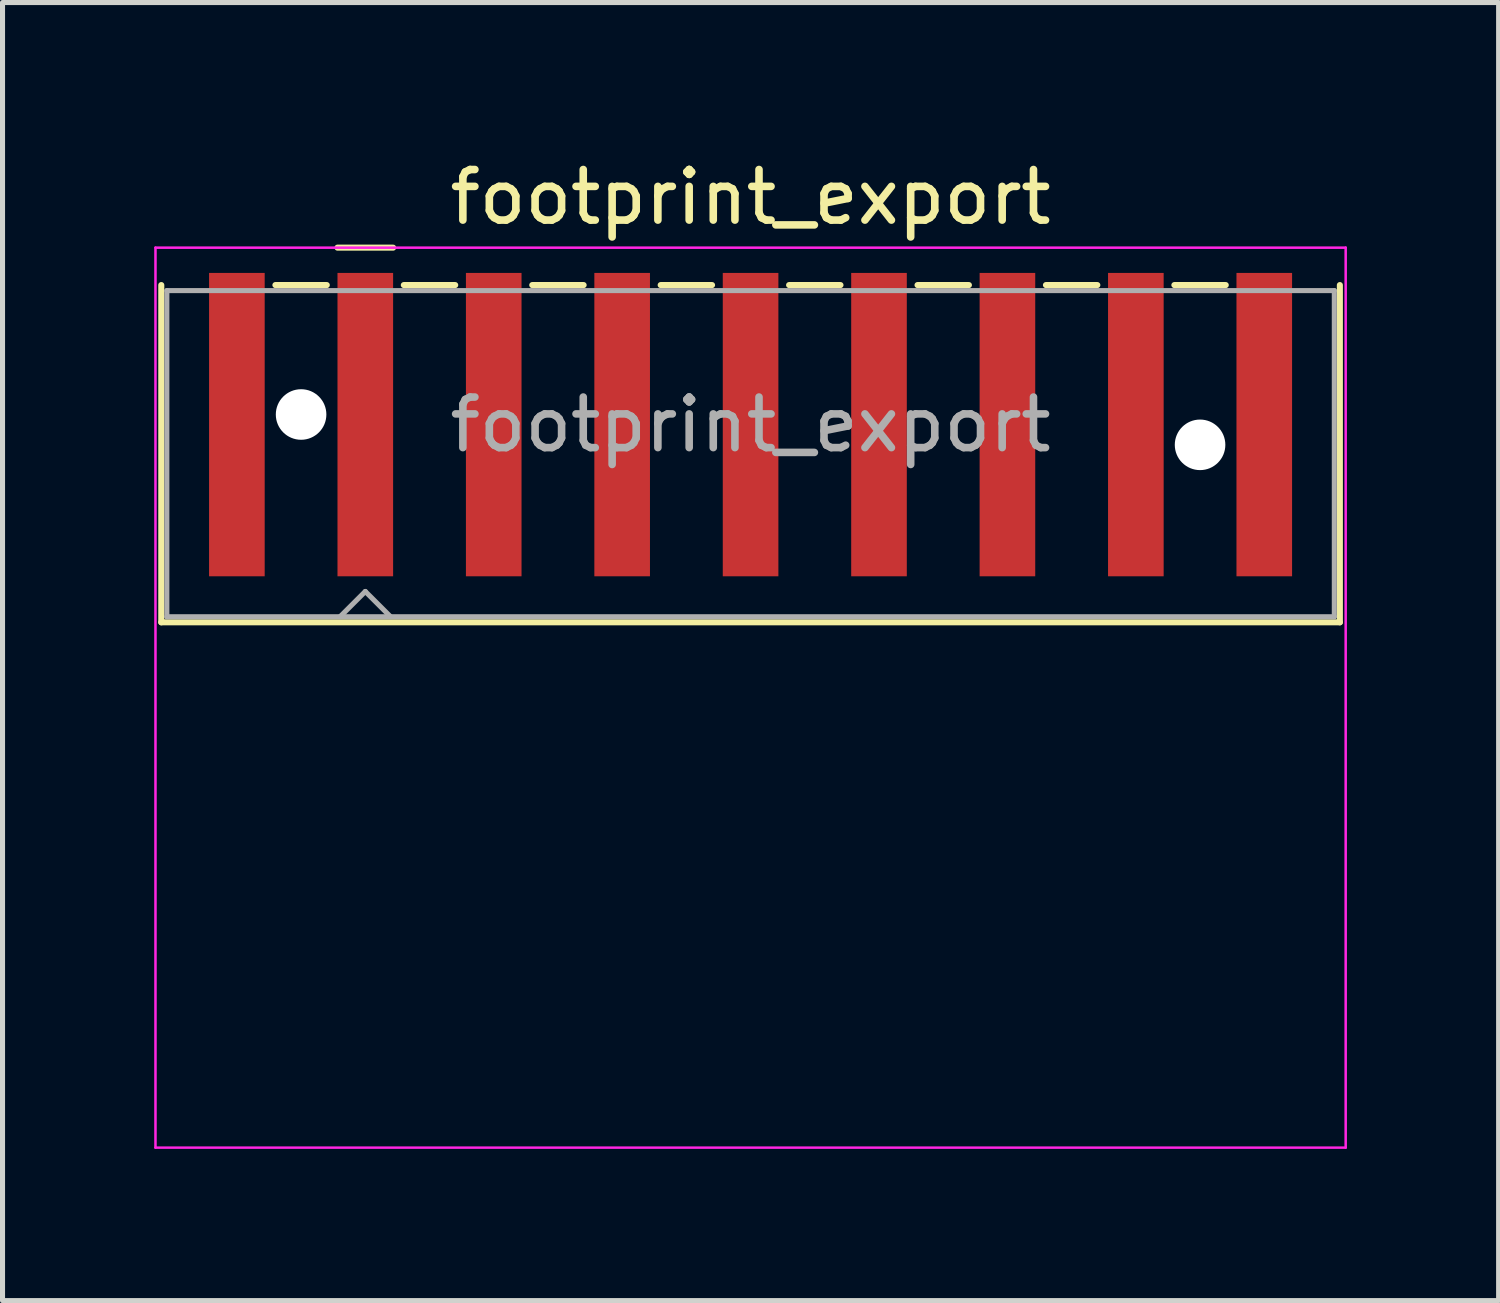
<source format=kicad_pcb>
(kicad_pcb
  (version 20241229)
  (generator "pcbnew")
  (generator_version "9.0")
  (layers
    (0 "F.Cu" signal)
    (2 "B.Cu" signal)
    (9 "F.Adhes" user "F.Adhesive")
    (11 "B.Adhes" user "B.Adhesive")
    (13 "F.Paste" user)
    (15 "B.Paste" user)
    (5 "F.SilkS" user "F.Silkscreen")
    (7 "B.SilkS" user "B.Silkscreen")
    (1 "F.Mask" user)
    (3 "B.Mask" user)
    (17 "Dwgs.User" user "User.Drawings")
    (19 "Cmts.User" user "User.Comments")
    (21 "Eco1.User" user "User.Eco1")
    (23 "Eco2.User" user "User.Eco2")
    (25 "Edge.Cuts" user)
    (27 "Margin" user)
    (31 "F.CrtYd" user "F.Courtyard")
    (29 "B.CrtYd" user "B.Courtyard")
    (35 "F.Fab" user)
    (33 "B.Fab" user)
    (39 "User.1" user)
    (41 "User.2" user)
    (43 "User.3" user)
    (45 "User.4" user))
  (footprint "footprint_export"
    (layer "F.Cu")
    (at 11.795 6.648)
    (property "Reference" "footprint_export" (at 0 -5.8 0) (layer "F.SilkS") (effects (font (size 1 1) (thickness 0.15))))
    (attr smd)
    (fp_line (start -11.655 -4.06) (end -11.655 2.61) (stroke (width 0.12) (type solid)) (layer "F.SilkS"))
    (fp_line (start -9.398 -4.06) (end -8.382 -4.06) (stroke (width 0.12) (type solid)) (layer "F.SilkS"))
    (fp_line (start -8.17 -4.8) (end -7.07 -4.8) (stroke (width 0.12) (type solid)) (layer "F.SilkS"))
    (fp_line (start -6.858 -4.06) (end -5.842 -4.06) (stroke (width 0.12) (type solid)) (layer "F.SilkS"))
    (fp_line (start -4.318 -4.06) (end -3.302 -4.06) (stroke (width 0.12) (type solid)) (layer "F.SilkS"))
    (fp_line (start -1.778 -4.06) (end -0.762 -4.06) (stroke (width 0.12) (type solid)) (layer "F.SilkS"))
    (fp_line (start 0.762 -4.06) (end 1.778 -4.06) (stroke (width 0.12) (type solid)) (layer "F.SilkS"))
    (fp_line (start 3.302 -4.06) (end 4.318 -4.06) (stroke (width 0.12) (type solid)) (layer "F.SilkS"))
    (fp_line (start 5.842 -4.06) (end 6.858 -4.06) (stroke (width 0.12) (type solid)) (layer "F.SilkS"))
    (fp_line (start 8.382 -4.06) (end 9.398 -4.06) (stroke (width 0.12) (type solid)) (layer "F.SilkS"))
    (fp_line (start 11.655 -4.06) (end 11.655 2.61) (stroke (width 0.12) (type solid)) (layer "F.SilkS"))
    (fp_line (start 11.655 2.61) (end -11.655 2.61) (stroke (width 0.12) (type solid)) (layer "F.SilkS"))
    (fp_line (start -11.77 -4.8) (end -11.77 13) (stroke (width 0.05) (type solid)) (layer "F.CrtYd"))
    (fp_line (start -11.77 13) (end 11.77 13) (stroke (width 0.05) (type solid)) (layer "F.CrtYd"))
    (fp_line (start 11.77 -4.8) (end -11.77 -4.8) (stroke (width 0.05) (type solid)) (layer "F.CrtYd"))
    (fp_line (start 11.77 13) (end 11.77 -4.8) (stroke (width 0.05) (type solid)) (layer "F.CrtYd"))
    (fp_line (start -11.545 -3.95) (end -11.545 2.5) (stroke (width 0.1) (type solid)) (layer "F.Fab"))
    (fp_line (start -11.545 2.5) (end 11.545 2.5) (stroke (width 0.1) (type solid)) (layer "F.Fab"))
    (fp_line (start -8.12 2.5) (end -7.62 2) (stroke (width 0.1) (type solid)) (layer "F.Fab"))
    (fp_line (start -7.62 2) (end -7.12 2.5) (stroke (width 0.1) (type solid)) (layer "F.Fab"))
    (fp_line (start 11.545 -3.95) (end -11.545 -3.95) (stroke (width 0.1) (type solid)) (layer "F.Fab"))
    (fp_line (start 11.545 2.5) (end 11.545 -3.95) (stroke (width 0.1) (type solid)) (layer "F.Fab"))
    (fp_text user "${REFERENCE}" (at 0 -1.3 0) (layer "F.Fab") (effects (font (size 1 1) (thickness 0.15))))
    (pad "" np_thru_hole circle (at -8.89 -1.5) (size 1 1) (drill 1) (layers "*.Cu" "*.Mask"))
    (pad "" np_thru_hole circle (at 8.89 -0.9) (size 1 1) (drill 1) (layers "*.Cu" "*.Mask"))
    (pad "1" smd rect (at -7.62 -1.3) (size 1.1 6) (layers "F.Cu" "F.Mask" "F.Paste"))
    (pad "2" smd rect (at -5.08 -1.3) (size 1.1 6) (layers "F.Cu" "F.Mask" "F.Paste"))
    (pad "3" smd rect (at -2.54 -1.3) (size 1.1 6) (layers "F.Cu" "F.Mask" "F.Paste"))
    (pad "4" smd rect (at 0 -1.3) (size 1.1 6) (layers "F.Cu" "F.Mask" "F.Paste"))
    (pad "5" smd rect (at 2.54 -1.3) (size 1.1 6) (layers "F.Cu" "F.Mask" "F.Paste"))
    (pad "6" smd rect (at 5.08 -1.3) (size 1.1 6) (layers "F.Cu" "F.Mask" "F.Paste"))
    (pad "7" smd rect (at 7.62 -1.3) (size 1.1 6) (layers "F.Cu" "F.Mask" "F.Paste"))
    (pad "MP" smd rect (at -10.16 -1.3) (size 1.1 6) (layers "F.Cu" "F.Mask" "F.Paste"))
    (pad "MP" smd rect (at 10.16 -1.3) (size 1.1 6) (layers "F.Cu" "F.Mask" "F.Paste")))
  (gr_rect
    (start -3 -3)
    (end 26.59 22.673)
    (stroke (width 0.1) (type default))
    (fill no)
    (layer "Edge.Cuts")))
</source>
